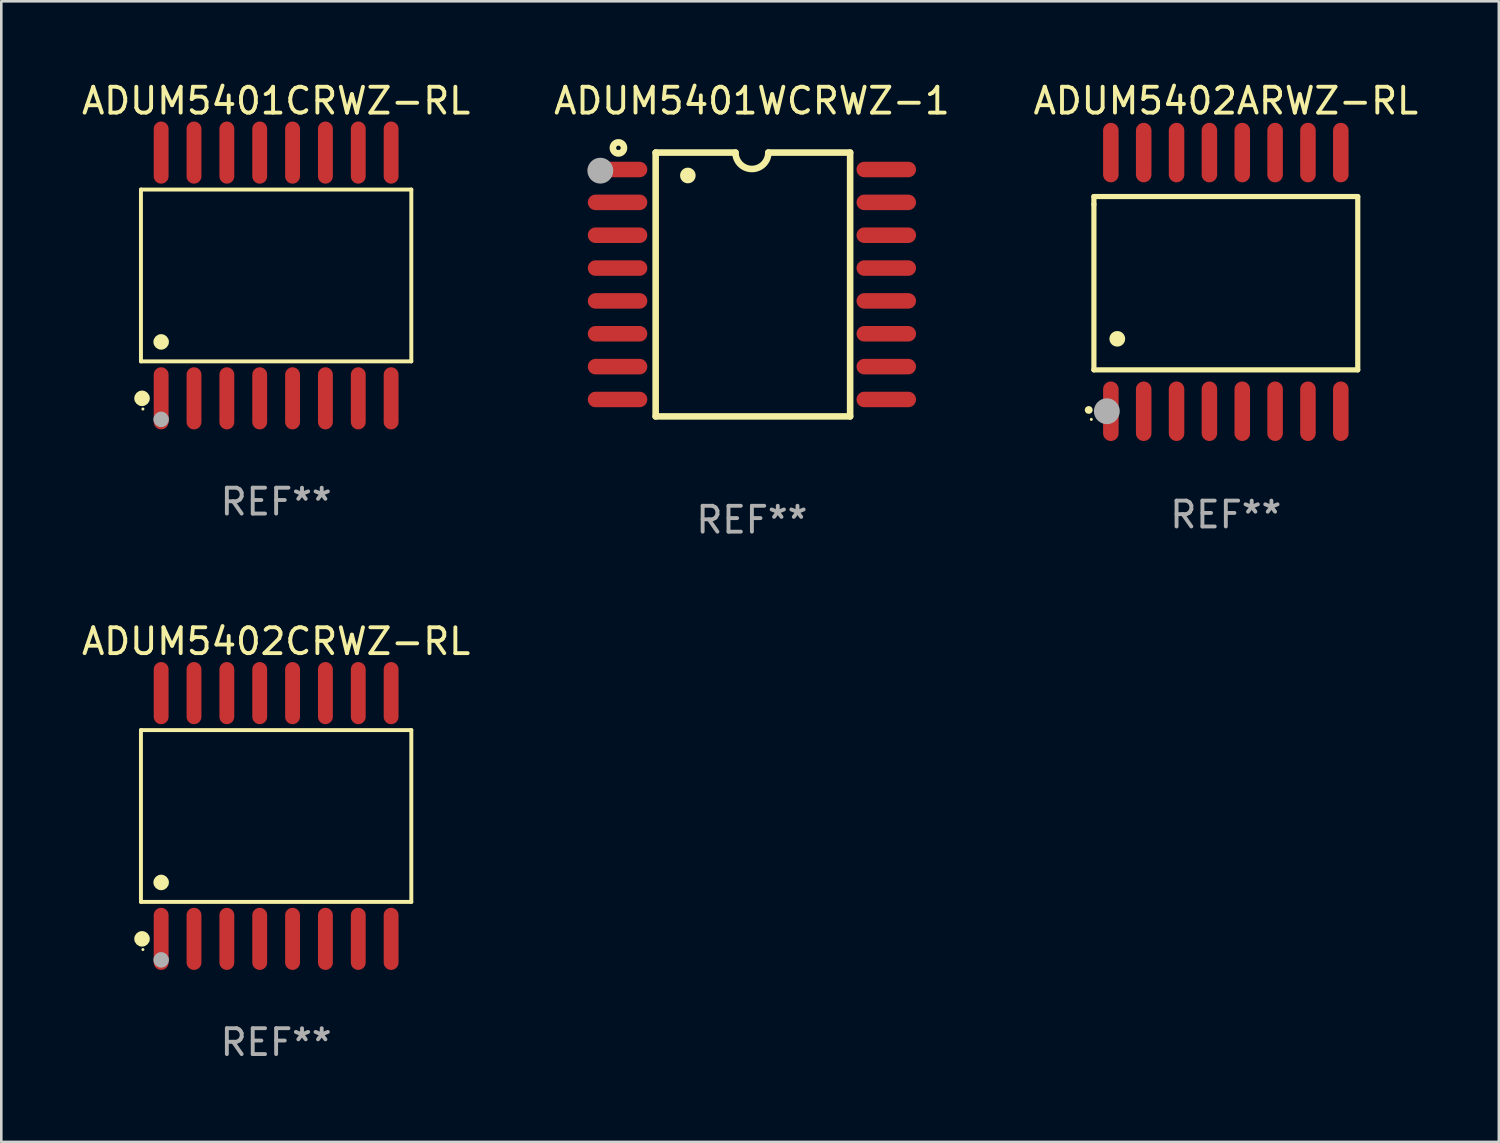
<source format=kicad_pcb>
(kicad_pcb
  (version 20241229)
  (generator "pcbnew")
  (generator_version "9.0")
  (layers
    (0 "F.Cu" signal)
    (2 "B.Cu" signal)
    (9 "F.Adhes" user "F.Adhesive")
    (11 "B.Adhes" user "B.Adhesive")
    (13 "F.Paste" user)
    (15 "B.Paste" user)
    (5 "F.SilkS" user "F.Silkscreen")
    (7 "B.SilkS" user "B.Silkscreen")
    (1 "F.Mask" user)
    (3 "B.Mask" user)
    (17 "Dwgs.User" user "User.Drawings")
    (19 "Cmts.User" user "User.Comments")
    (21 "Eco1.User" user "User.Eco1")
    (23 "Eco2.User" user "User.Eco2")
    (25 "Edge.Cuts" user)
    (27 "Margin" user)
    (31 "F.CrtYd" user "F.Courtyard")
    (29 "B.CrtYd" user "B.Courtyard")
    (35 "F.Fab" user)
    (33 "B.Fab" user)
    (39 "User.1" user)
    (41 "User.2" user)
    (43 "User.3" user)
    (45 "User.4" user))
  (footprint "ADUM5401CRWZ-RL"
    (layer "F.Cu")
    (at 7.625 7.599)
    (property "Reference" "ADUM5401CRWZ-RL" (at 0 -6.75 0) (layer "F.SilkS") (effects (font (size 1 1) (thickness 0.15))))
    (attr through_hole)
    (fp_line (start -5.226 -3.321) (end 5.226 -3.321) (stroke (width 0.152) (type solid)) (layer "F.SilkS"))
    (fp_line (start -5.226 3.321) (end -5.226 -3.321) (stroke (width 0.152) (type solid)) (layer "F.SilkS"))
    (fp_line (start 5.226 -3.321) (end 5.226 3.321) (stroke (width 0.152) (type solid)) (layer "F.SilkS"))
    (fp_line (start 5.226 3.321) (end -5.226 3.321) (stroke (width 0.152) (type solid)) (layer "F.SilkS"))
    (fp_circle (center -5.184 4.75) (end -5.034 4.75) (stroke (width 0.3) (type solid)) (fill no) (layer "F.SilkS"))
    (fp_circle (center -5.15 5.163) (end -5.12 5.163) (stroke (width 0.06) (type solid)) (fill no) (layer "F.SilkS"))
    (fp_circle (center -4.445 2.569) (end -4.295 2.569) (stroke (width 0.3) (type solid)) (fill no) (layer "F.SilkS"))
    (fp_circle (center -4.445 5.563) (end -4.295 5.563) (stroke (width 0.3) (type solid)) (fill no) (layer "F.Fab"))
    (fp_text user "REF**" (at 0 8.75 0) (layer "F.Fab") (effects (font (size 1 1) (thickness 0.15))))
    (pad "1" smd oval (at -4.445 4.75) (size 0.574 2.401) (layers "F.Cu" "F.Mask" "F.Paste"))
    (pad "2" smd oval (at -3.175 4.75) (size 0.574 2.401) (layers "F.Cu" "F.Mask" "F.Paste"))
    (pad "3" smd oval (at -1.905 4.75) (size 0.574 2.401) (layers "F.Cu" "F.Mask" "F.Paste"))
    (pad "4" smd oval (at -0.635 4.75) (size 0.574 2.401) (layers "F.Cu" "F.Mask" "F.Paste"))
    (pad "5" smd oval (at 0.635 4.75) (size 0.574 2.401) (layers "F.Cu" "F.Mask" "F.Paste"))
    (pad "6" smd oval (at 1.905 4.75) (size 0.574 2.401) (layers "F.Cu" "F.Mask" "F.Paste"))
    (pad "7" smd oval (at 3.175 4.75) (size 0.574 2.401) (layers "F.Cu" "F.Mask" "F.Paste"))
    (pad "8" smd oval (at 4.445 4.75) (size 0.574 2.401) (layers "F.Cu" "F.Mask" "F.Paste"))
    (pad "9" smd oval (at 4.445 -4.75) (size 0.574 2.401) (layers "F.Cu" "F.Mask" "F.Paste"))
    (pad "10" smd oval (at 3.175 -4.75) (size 0.574 2.401) (layers "F.Cu" "F.Mask" "F.Paste"))
    (pad "11" smd oval (at 1.905 -4.75) (size 0.574 2.401) (layers "F.Cu" "F.Mask" "F.Paste"))
    (pad "12" smd oval (at 0.635 -4.75) (size 0.574 2.401) (layers "F.Cu" "F.Mask" "F.Paste"))
    (pad "13" smd oval (at -0.635 -4.75) (size 0.574 2.401) (layers "F.Cu" "F.Mask" "F.Paste"))
    (pad "14" smd oval (at -1.905 -4.75) (size 0.574 2.401) (layers "F.Cu" "F.Mask" "F.Paste"))
    (pad "15" smd oval (at -3.175 -4.75) (size 0.574 2.401) (layers "F.Cu" "F.Mask" "F.Paste"))
    (pad "16" smd oval (at -4.445 -4.75) (size 0.574 2.401) (layers "F.Cu" "F.Mask" "F.Paste")))
  (footprint "ADUM5402ARWZ-RL"
    (layer "F.Cu")
    (at 44.339 7.848)
    (property "Reference" "ADUM5402ARWZ-RL" (at 0 -7 0) (layer "F.SilkS") (effects (font (size 1 1) (thickness 0.15))))
    (attr through_hole)
    (fp_line (start -5.1 -3.3) (end -5.1 -3) (stroke (width 0.2) (type solid)) (layer "F.SilkS"))
    (fp_line (start -5.1 -3) (end -5.1 3.4) (stroke (width 0.2) (type solid)) (layer "F.SilkS"))
    (fp_line (start -5.1 3.4) (end 5.1 3.4) (stroke (width 0.2) (type solid)) (layer "F.SilkS"))
    (fp_line (start 5.1 -3.3) (end -5.1 -3.3) (stroke (width 0.2) (type solid)) (layer "F.SilkS"))
    (fp_line (start 5.1 3.4) (end 5.1 -3.3) (stroke (width 0.2) (type solid)) (layer "F.SilkS"))
    (fp_arc (start -5.300991 4.950495) (mid -5.299721 4.95049) (end -5.298451 4.950495) (stroke (width 0.3) (type solid)) (layer "F.SilkS"))
    (fp_arc (start -4.2 2.200025) (mid -4.19619 2.200001) (end -4.19238 2.200025) (stroke (width 0.6) (type solid)) (layer "F.SilkS"))
    (fp_circle (center -5.2 5.315) (end -5.17 5.315) (stroke (width 0.06) (type solid)) (fill no) (layer "F.SilkS"))
    (fp_circle (center -4.6 5) (end -4.35 5) (stroke (width 0.5) (type solid)) (fill no) (layer "F.Fab"))
    (fp_text user "REF**" (at 0 9 0) (layer "F.Fab") (effects (font (size 1 1) (thickness 0.15))))
    (pad "1" smd oval (at -4.445 5 180) (size 0.6 2.3) (layers "F.Cu" "F.Mask" "F.Paste"))
    (pad "2" smd oval (at -3.175 5 180) (size 0.6 2.3) (layers "F.Cu" "F.Mask" "F.Paste"))
    (pad "3" smd oval (at -1.905 5 180) (size 0.6 2.3) (layers "F.Cu" "F.Mask" "F.Paste"))
    (pad "4" smd oval (at -0.635 5 180) (size 0.6 2.3) (layers "F.Cu" "F.Mask" "F.Paste"))
    (pad "5" smd oval (at 0.635 5 180) (size 0.6 2.3) (layers "F.Cu" "F.Mask" "F.Paste"))
    (pad "6" smd oval (at 1.905 5 180) (size 0.6 2.3) (layers "F.Cu" "F.Mask" "F.Paste"))
    (pad "7" smd oval (at 3.175 5 180) (size 0.6 2.3) (layers "F.Cu" "F.Mask" "F.Paste"))
    (pad "8" smd oval (at 4.445 5 180) (size 0.6 2.3) (layers "F.Cu" "F.Mask" "F.Paste"))
    (pad "9" smd oval (at 4.445 -5 180) (size 0.6 2.3) (layers "F.Cu" "F.Mask" "F.Paste"))
    (pad "10" smd oval (at 3.175 -5 180) (size 0.6 2.3) (layers "F.Cu" "F.Mask" "F.Paste"))
    (pad "11" smd oval (at 1.905 -5 180) (size 0.6 2.3) (layers "F.Cu" "F.Mask" "F.Paste"))
    (pad "12" smd oval (at 0.635 -5 180) (size 0.6 2.3) (layers "F.Cu" "F.Mask" "F.Paste"))
    (pad "13" smd oval (at -0.635 -5 180) (size 0.6 2.3) (layers "F.Cu" "F.Mask" "F.Paste"))
    (pad "14" smd oval (at -1.905 -5 180) (size 0.6 2.3) (layers "F.Cu" "F.Mask" "F.Paste"))
    (pad "15" smd oval (at -3.175 -5 180) (size 0.6 2.3) (layers "F.Cu" "F.Mask" "F.Paste"))
    (pad "16" smd oval (at -4.445 -5 180) (size 0.6 2.3) (layers "F.Cu" "F.Mask" "F.Paste")))
  (footprint "ADUM5401WCRWZ-1"
    (layer "F.Cu")
    (at 26.018 7.948)
    (property "Reference" "ADUM5401WCRWZ-1" (at 0 -7.1 0) (layer "F.SilkS") (effects (font (size 1 1) (thickness 0.15))))
    (attr through_hole)
    (fp_line (start -3.721 -5.1) (end -3.721 5.1) (stroke (width 0.254) (type solid)) (layer "F.SilkS"))
    (fp_line (start -3.721 -5.1) (end -0.635 -5.1) (stroke (width 0.254) (type solid)) (layer "F.SilkS"))
    (fp_line (start -3.721 5.1) (end 3.797 5.1) (stroke (width 0.254) (type solid)) (layer "F.SilkS"))
    (fp_line (start 3.797 -5.1) (end 0.635 -5.1) (stroke (width 0.254) (type solid)) (layer "F.SilkS"))
    (fp_line (start 3.797 5.1) (end 3.797 -5.1) (stroke (width 0.254) (type solid)) (layer "F.SilkS"))
    (fp_arc (start -2.476556 -4.211328) (mid -2.476567 -4.213868) (end -2.476556 -4.216408) (stroke (width 0.6) (type solid)) (layer "F.SilkS"))
    (fp_arc (start 0.63495 -5.100076) (mid -0.000178 -4.465329) (end -0.635052 -5.10033) (stroke (width 0.254001) (type solid)) (layer "F.SilkS"))
    (fp_circle (center -5.16 -5.28) (end -4.945 -5.28) (stroke (width 0.254) (type solid)) (fill no) (layer "F.SilkS"))
    (fp_circle (center -5.15 -5.15) (end -5.12 -5.15) (stroke (width 0.06) (type solid)) (fill no) (layer "F.SilkS"))
    (fp_circle (center -5.86 -4.4) (end -5.61 -4.4) (stroke (width 0.5) (type solid)) (fill no) (layer "F.Fab"))
    (fp_text user "REF**" (at 0 9.1 0) (layer "F.Fab") (effects (font (size 1 1) (thickness 0.15))))
    (pad "1" smd oval (at -5.194 -4.445) (size 2.3 0.6) (layers "F.Cu" "F.Mask" "F.Paste"))
    (pad "2" smd oval (at -5.194 -3.175) (size 2.3 0.6) (layers "F.Cu" "F.Mask" "F.Paste"))
    (pad "3" smd oval (at -5.194 -1.905) (size 2.3 0.6) (layers "F.Cu" "F.Mask" "F.Paste"))
    (pad "4" smd oval (at -5.194 -0.635) (size 2.3 0.6) (layers "F.Cu" "F.Mask" "F.Paste"))
    (pad "5" smd oval (at -5.194 0.635) (size 2.3 0.6) (layers "F.Cu" "F.Mask" "F.Paste"))
    (pad "6" smd oval (at -5.194 1.905) (size 2.3 0.6) (layers "F.Cu" "F.Mask" "F.Paste"))
    (pad "7" smd oval (at -5.194 3.175) (size 2.3 0.6) (layers "F.Cu" "F.Mask" "F.Paste"))
    (pad "8" smd oval (at -5.194 4.445) (size 2.3 0.6) (layers "F.Cu" "F.Mask" "F.Paste"))
    (pad "9" smd oval (at 5.194 4.445) (size 2.3 0.6) (layers "F.Cu" "F.Mask" "F.Paste"))
    (pad "10" smd oval (at 5.194 3.175) (size 2.3 0.6) (layers "F.Cu" "F.Mask" "F.Paste"))
    (pad "11" smd oval (at 5.194 1.905) (size 2.3 0.6) (layers "F.Cu" "F.Mask" "F.Paste"))
    (pad "12" smd oval (at 5.194 0.635) (size 2.3 0.6) (layers "F.Cu" "F.Mask" "F.Paste"))
    (pad "13" smd oval (at 5.194 -0.635) (size 2.3 0.6) (layers "F.Cu" "F.Mask" "F.Paste"))
    (pad "14" smd oval (at 5.194 -1.905) (size 2.3 0.6) (layers "F.Cu" "F.Mask" "F.Paste"))
    (pad "15" smd oval (at 5.194 -3.175) (size 2.3 0.6) (layers "F.Cu" "F.Mask" "F.Paste"))
    (pad "16" smd oval (at 5.194 -4.445) (size 2.3 0.6) (layers "F.Cu" "F.Mask" "F.Paste")))
  (footprint "ADUM5402CRWZ-RL"
    (layer "F.Cu")
    (at 7.625 28.495)
    (property "Reference" "ADUM5402CRWZ-RL" (at 0 -6.75 0) (layer "F.SilkS") (effects (font (size 1 1) (thickness 0.15))))
    (attr through_hole)
    (fp_line (start -5.226 -3.321) (end 5.226 -3.321) (stroke (width 0.152) (type solid)) (layer "F.SilkS"))
    (fp_line (start -5.226 3.321) (end -5.226 -3.321) (stroke (width 0.152) (type solid)) (layer "F.SilkS"))
    (fp_line (start 5.226 -3.321) (end 5.226 3.321) (stroke (width 0.152) (type solid)) (layer "F.SilkS"))
    (fp_line (start 5.226 3.321) (end -5.226 3.321) (stroke (width 0.152) (type solid)) (layer "F.SilkS"))
    (fp_circle (center -5.184 4.75) (end -5.034 4.75) (stroke (width 0.3) (type solid)) (fill no) (layer "F.SilkS"))
    (fp_circle (center -5.15 5.163) (end -5.12 5.163) (stroke (width 0.06) (type solid)) (fill no) (layer "F.SilkS"))
    (fp_circle (center -4.445 2.569) (end -4.295 2.569) (stroke (width 0.3) (type solid)) (fill no) (layer "F.SilkS"))
    (fp_circle (center -4.445 5.563) (end -4.295 5.563) (stroke (width 0.3) (type solid)) (fill no) (layer "F.Fab"))
    (fp_text user "REF**" (at 0 8.75 0) (layer "F.Fab") (effects (font (size 1 1) (thickness 0.15))))
    (pad "1" smd oval (at -4.445 4.75) (size 0.574 2.401) (layers "F.Cu" "F.Mask" "F.Paste"))
    (pad "2" smd oval (at -3.175 4.75) (size 0.574 2.401) (layers "F.Cu" "F.Mask" "F.Paste"))
    (pad "3" smd oval (at -1.905 4.75) (size 0.574 2.401) (layers "F.Cu" "F.Mask" "F.Paste"))
    (pad "4" smd oval (at -0.635 4.75) (size 0.574 2.401) (layers "F.Cu" "F.Mask" "F.Paste"))
    (pad "5" smd oval (at 0.635 4.75) (size 0.574 2.401) (layers "F.Cu" "F.Mask" "F.Paste"))
    (pad "6" smd oval (at 1.905 4.75) (size 0.574 2.401) (layers "F.Cu" "F.Mask" "F.Paste"))
    (pad "7" smd oval (at 3.175 4.75) (size 0.574 2.401) (layers "F.Cu" "F.Mask" "F.Paste"))
    (pad "8" smd oval (at 4.445 4.75) (size 0.574 2.401) (layers "F.Cu" "F.Mask" "F.Paste"))
    (pad "9" smd oval (at 4.445 -4.75) (size 0.574 2.401) (layers "F.Cu" "F.Mask" "F.Paste"))
    (pad "10" smd oval (at 3.175 -4.75) (size 0.574 2.401) (layers "F.Cu" "F.Mask" "F.Paste"))
    (pad "11" smd oval (at 1.905 -4.75) (size 0.574 2.401) (layers "F.Cu" "F.Mask" "F.Paste"))
    (pad "12" smd oval (at 0.635 -4.75) (size 0.574 2.401) (layers "F.Cu" "F.Mask" "F.Paste"))
    (pad "13" smd oval (at -0.635 -4.75) (size 0.574 2.401) (layers "F.Cu" "F.Mask" "F.Paste"))
    (pad "14" smd oval (at -1.905 -4.75) (size 0.574 2.401) (layers "F.Cu" "F.Mask" "F.Paste"))
    (pad "15" smd oval (at -3.175 -4.75) (size 0.574 2.401) (layers "F.Cu" "F.Mask" "F.Paste"))
    (pad "16" smd oval (at -4.445 -4.75) (size 0.574 2.401) (layers "F.Cu" "F.Mask" "F.Paste")))
  (gr_rect
    (start -3 -3)
    (end 54.893 41.094)
    (stroke (width 0.1) (type default))
    (fill no)
    (layer "Edge.Cuts")))
</source>
